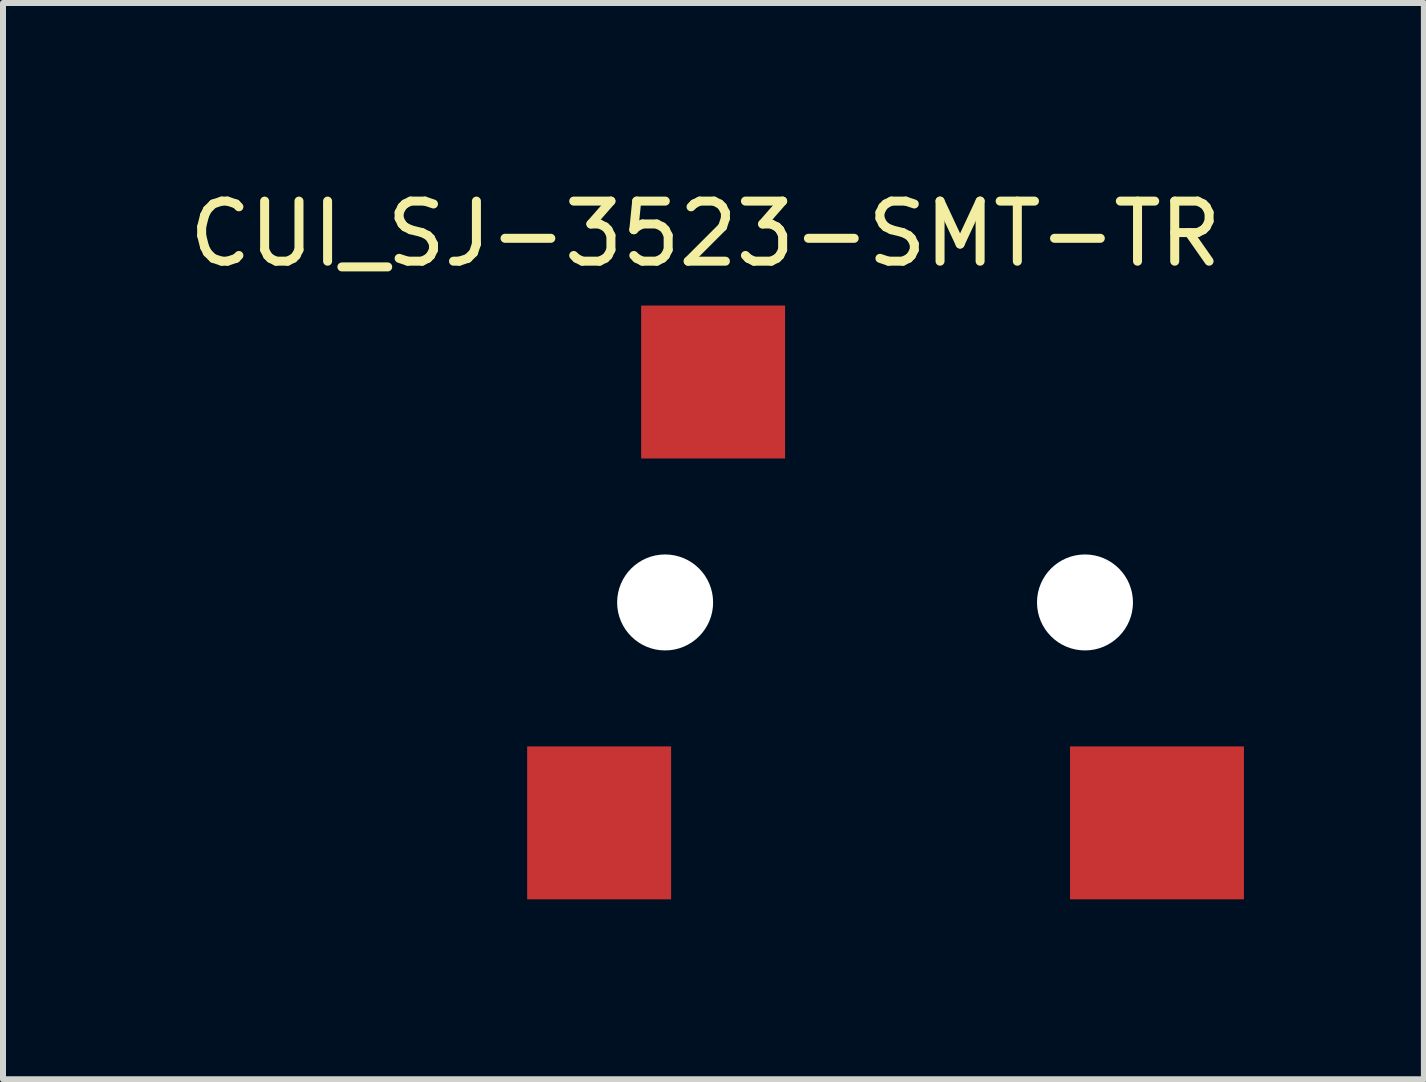
<source format=kicad_pcb>
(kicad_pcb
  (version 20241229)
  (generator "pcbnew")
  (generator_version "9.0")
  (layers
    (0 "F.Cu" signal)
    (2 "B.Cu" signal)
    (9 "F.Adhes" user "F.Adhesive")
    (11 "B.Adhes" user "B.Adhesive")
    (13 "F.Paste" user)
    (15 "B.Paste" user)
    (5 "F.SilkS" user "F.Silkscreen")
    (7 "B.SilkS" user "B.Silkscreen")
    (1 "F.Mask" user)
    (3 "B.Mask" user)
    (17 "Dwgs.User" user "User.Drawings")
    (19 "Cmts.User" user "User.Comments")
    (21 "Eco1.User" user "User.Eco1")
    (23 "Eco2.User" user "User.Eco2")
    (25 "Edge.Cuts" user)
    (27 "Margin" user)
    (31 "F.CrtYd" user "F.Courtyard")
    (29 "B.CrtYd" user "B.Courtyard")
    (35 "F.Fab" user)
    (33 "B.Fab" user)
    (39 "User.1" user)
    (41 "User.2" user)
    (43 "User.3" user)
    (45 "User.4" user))
  (footprint "CUI_SJ-3523-SMT-TR"
    (layer "F.Cu")
    (at 11.539 6.994)
    (property "Reference" "CUI_SJ-3523-SMT-TR" (at -2.829 -6.145 0) (layer "F.SilkS") (effects (font (size 1.002 1.002) (thickness 0.15))))
    (attr smd)
    (pad "" np_thru_hole circle (at -3.5 0) (size 1.6 1.6) (drill 1.6) (layers "*.Cu" "*.Mask"))
    (pad "" np_thru_hole circle (at 3.5 0) (size 1.6 1.6) (drill 1.6) (layers "*.Cu" "*.Mask"))
    (pad "1" smd rect (at -4.6 3.675) (size 2.4 2.55) (layers "F.Cu" "F.Mask" "F.Paste"))
    (pad "2" smd rect (at 4.7 3.675) (size 2.9 2.55) (layers "F.Cu" "F.Mask" "F.Paste"))
    (pad "3" smd rect (at -2.7 -3.675) (size 2.4 2.55) (layers "F.Cu" "F.Mask" "F.Paste")))
  (gr_rect
    (start -3 -3)
    (end 20.689 14.944)
    (stroke (width 0.1) (type default))
    (fill no)
    (layer "Edge.Cuts")))
</source>
